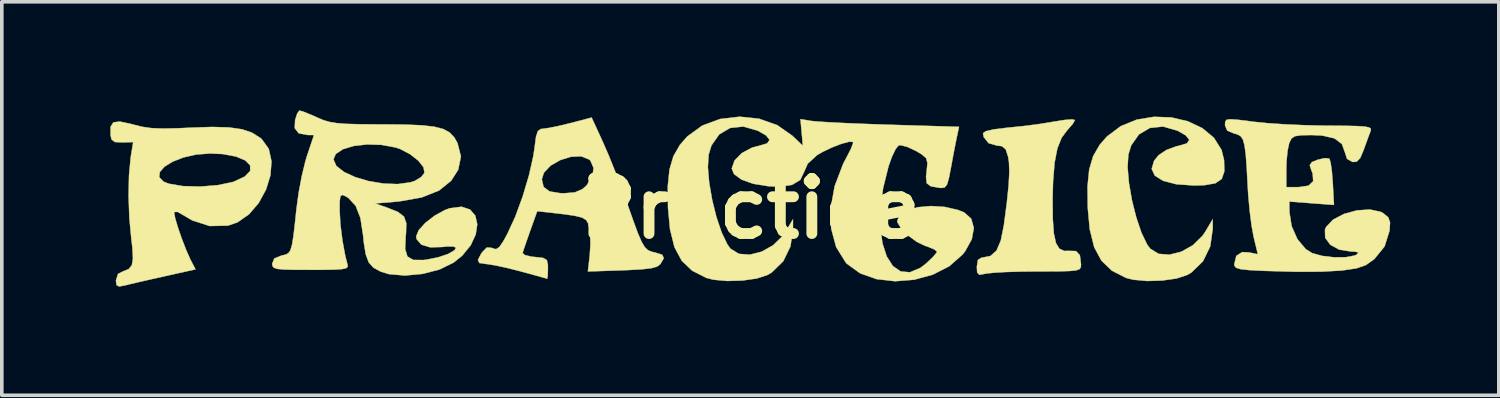
<source format=kicad_pcb>
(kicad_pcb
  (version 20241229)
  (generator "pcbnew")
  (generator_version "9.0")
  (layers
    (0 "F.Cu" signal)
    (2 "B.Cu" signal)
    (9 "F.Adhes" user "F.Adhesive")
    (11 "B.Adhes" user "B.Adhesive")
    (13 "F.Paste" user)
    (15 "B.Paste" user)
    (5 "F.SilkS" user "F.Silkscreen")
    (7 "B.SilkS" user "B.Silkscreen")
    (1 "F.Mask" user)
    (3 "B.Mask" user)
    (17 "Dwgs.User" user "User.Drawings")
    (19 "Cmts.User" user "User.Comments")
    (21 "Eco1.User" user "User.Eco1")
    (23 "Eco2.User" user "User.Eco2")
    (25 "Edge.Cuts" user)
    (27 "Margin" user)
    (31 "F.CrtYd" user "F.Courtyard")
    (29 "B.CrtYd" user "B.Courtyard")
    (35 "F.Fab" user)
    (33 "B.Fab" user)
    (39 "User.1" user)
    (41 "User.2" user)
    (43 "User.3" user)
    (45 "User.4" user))
  (footprint "Practice"
    (layer "F.Cu")
    (at 17.68 2.714)
    (property "Reference" "Practice" (at 0 0 0) (layer "F.SilkS") (effects (font (size 1.524 1.524) (thickness 0.3))))
    (attr through_hole)
    (fp_poly (pts (xy 8.974 -2.448) (xy 8.975 -2.446) (xy 8.92 -2.346) (xy 8.787 -2.191) (xy 8.769 -2.173) (xy 8.607 -1.956) (xy 8.49 -1.66) (xy 8.413 -1.263) (xy 8.371 -0.74) (xy 8.359 -0.261) (xy 8.364 0.288) (xy 8.393 0.687) (xy 8.452 0.955) (xy 8.547 1.11) (xy 8.683 1.171) (xy 8.804 1.168) (xy 9.007 1.175) (xy 9.113 1.29) (xy 9.144 1.54) (xy 9.144 1.552) (xy 9.138 1.624) (xy 9.102 1.674) (xy 9.011 1.707) (xy 8.838 1.725) (xy 8.558 1.734) (xy 8.145 1.736) (xy 7.938 1.736) (xy 7.483 1.741) (xy 7.071 1.753) (xy 6.741 1.772) (xy 6.531 1.794) (xy 6.498 1.801) (xy 6.335 1.831) (xy 6.274 1.765) (xy 6.265 1.61) (xy 6.295 1.419) (xy 6.397 1.355) (xy 6.416 1.355) (xy 6.643 1.309) (xy 6.809 1.16) (xy 6.927 0.885) (xy 7.012 0.463) (xy 7.014 0.447) (xy 7.095 -0.17) (xy 7.144 -0.648) (xy 7.163 -1.01) (xy 7.153 -1.283) (xy 7.128 -1.439) (xy 7.061 -1.642) (xy 6.952 -1.726) (xy 6.828 -1.739) (xy 6.589 -1.808) (xy 6.453 -1.981) (xy 6.436 -2.084) (xy 6.516 -2.139) (xy 6.739 -2.19) (xy 7.082 -2.232) (xy 7.133 -2.237) (xy 7.56 -2.281) (xy 8.013 -2.34) (xy 8.396 -2.403) (xy 8.403 -2.404) (xy 8.687 -2.449) (xy 8.891 -2.465) (xy 8.974 -2.448)) (stroke (width 0.01) (type solid)) (fill yes) (layer "F.SilkS"))
    (fp_poly (pts (xy 11.638 -2.519) (xy 12.093 -2.413) (xy 12.495 -2.224) (xy 12.817 -1.957) (xy 13.029 -1.618) (xy 13.097 -1.341) (xy 13.105 -1.027) (xy 13.033 -0.819) (xy 12.857 -0.699) (xy 12.555 -0.646) (xy 12.262 -0.638) (xy 11.776 -0.673) (xy 11.413 -0.767) (xy 11.183 -0.911) (xy 11.097 -1.098) (xy 11.163 -1.32) (xy 11.289 -1.476) (xy 11.505 -1.62) (xy 11.781 -1.722) (xy 11.835 -1.732) (xy 12.069 -1.801) (xy 12.136 -1.899) (xy 12.038 -2.023) (xy 11.813 -2.152) (xy 11.412 -2.267) (xy 11.046 -2.228) (xy 10.744 -2.049) (xy 10.53 -1.744) (xy 10.452 -1.488) (xy 10.431 -1.145) (xy 10.468 -0.711) (xy 10.551 -0.234) (xy 10.67 0.24) (xy 10.813 0.663) (xy 10.97 0.99) (xy 11.058 1.11) (xy 11.29 1.251) (xy 11.59 1.274) (xy 11.918 1.191) (xy 12.235 1.013) (xy 12.5 0.754) (xy 12.574 0.646) (xy 12.783 0.296) (xy 12.784 0.559) (xy 12.715 1.046) (xy 12.514 1.457) (xy 12.196 1.766) (xy 12.08 1.834) (xy 11.784 1.932) (xy 11.39 1.988) (xy 10.968 2.001) (xy 10.587 1.966) (xy 10.387 1.915) (xy 9.998 1.717) (xy 9.709 1.441) (xy 9.508 1.067) (xy 9.385 0.573) (xy 9.33 -0.025) (xy 9.324 -0.616) (xy 9.37 -1.079) (xy 9.479 -1.449) (xy 9.659 -1.761) (xy 9.863 -1.994) (xy 10.244 -2.279) (xy 10.685 -2.458) (xy 11.16 -2.536) (xy 11.638 -2.519)) (stroke (width 0.01) (type solid)) (fill yes) (layer "F.SilkS"))
    (fp_poly (pts (xy -17.117 -2.341) (xy -17.053 -2.323) (xy -16.801 -2.26) (xy -16.542 -2.223) (xy -16.231 -2.211) (xy -15.826 -2.219) (xy -15.474 -2.235) (xy -14.87 -2.256) (xy -14.404 -2.243) (xy -14.046 -2.192) (xy -13.769 -2.099) (xy -13.543 -1.958) (xy -13.497 -1.92) (xy -13.303 -1.651) (xy -13.227 -1.307) (xy -13.256 -0.921) (xy -13.378 -0.526) (xy -13.58 -0.156) (xy -13.848 0.158) (xy -14.17 0.382) (xy -14.434 0.471) (xy -14.935 0.482) (xy -15.417 0.327) (xy -15.612 0.212) (xy -15.821 0.092) (xy -15.913 0.094) (xy -15.917 0.116) (xy -15.887 0.275) (xy -15.809 0.536) (xy -15.701 0.845) (xy -15.583 1.15) (xy -15.473 1.397) (xy -15.462 1.419) (xy -15.327 1.68) (xy -16.151 1.863) (xy -16.538 1.95) (xy -16.892 2.031) (xy -17.161 2.094) (xy -17.251 2.117) (xy -17.437 2.153) (xy -17.512 2.113) (xy -17.526 1.984) (xy -17.468 1.805) (xy -17.32 1.73) (xy -17.172 1.671) (xy -17.086 1.564) (xy -17.056 1.378) (xy -17.072 1.078) (xy -17.102 0.825) (xy -17.156 0.252) (xy -17.177 -0.355) (xy -17.166 -0.868) (xy -16.33 -0.868) (xy -16.213 -0.746) (xy -16.066 -0.687) (xy -15.676 -0.621) (xy -15.202 -0.608) (xy -14.721 -0.646) (xy -14.309 -0.731) (xy -14.266 -0.745) (xy -13.964 -0.886) (xy -13.817 -1.039) (xy -13.816 -1.191) (xy -13.949 -1.329) (xy -14.206 -1.438) (xy -14.575 -1.507) (xy -14.92 -1.523) (xy -15.31 -1.493) (xy -15.664 -1.412) (xy -15.963 -1.295) (xy -16.186 -1.156) (xy -16.315 -1.009) (xy -16.33 -0.868) (xy -17.166 -0.868) (xy -17.164 -0.93) (xy -17.119 -1.41) (xy -17.113 -1.448) (xy -17.049 -1.837) (xy -17.351 -1.829) (xy -17.556 -1.839) (xy -17.648 -1.909) (xy -17.675 -2.032) (xy -17.674 -2.261) (xy -17.597 -2.382) (xy -17.42 -2.405) (xy -17.117 -2.341)) (stroke (width 0.01) (type solid)) (fill yes) (layer "F.SilkS"))
    (fp_poly (pts (xy -4.064 -1.829) (xy -3.904 -1.46) (xy -3.717 -0.995) (xy -3.528 -0.502) (xy -3.398 -0.143) (xy -3.228 0.339) (xy -3.1 0.685) (xy -2.999 0.919) (xy -2.912 1.066) (xy -2.825 1.148) (xy -2.725 1.192) (xy -2.628 1.214) (xy -2.43 1.276) (xy -2.386 1.371) (xy -2.48 1.534) (xy -2.481 1.535) (xy -2.565 1.6) (xy -2.722 1.646) (xy -2.979 1.677) (xy -3.367 1.699) (xy -3.535 1.706) (xy -4.484 1.738) (xy -4.433 1.3) (xy -4.413 0.978) (xy -4.423 0.67) (xy -4.437 0.564) (xy -4.473 0.415) (xy -4.535 0.313) (xy -4.655 0.245) (xy -4.865 0.195) (xy -5.195 0.15) (xy -5.419 0.124) (xy -5.884 0.072) (xy -6.076 0.607) (xy -6.176 0.892) (xy -6.253 1.116) (xy -6.288 1.228) (xy -6.225 1.285) (xy -6.044 1.328) (xy -5.948 1.338) (xy -5.722 1.363) (xy -5.618 1.422) (xy -5.589 1.557) (xy -5.588 1.656) (xy -5.593 1.847) (xy -5.607 1.937) (xy -5.609 1.938) (xy -5.695 1.913) (xy -5.905 1.855) (xy -6.203 1.773) (xy -6.35 1.733) (xy -6.706 1.643) (xy -7.026 1.573) (xy -7.256 1.535) (xy -7.303 1.531) (xy -7.482 1.504) (xy -7.523 1.42) (xy -7.435 1.25) (xy -7.403 1.204) (xy -7.275 1.075) (xy -7.14 1.086) (xy -7.117 1.098) (xy -7.022 1.122) (xy -6.931 1.064) (xy -6.817 0.896) (xy -6.708 0.696) (xy -6.491 0.224) (xy -6.286 -0.334) (xy -6.145 -0.807) (xy -5.757 -0.807) (xy -5.707 -0.597) (xy -5.542 -0.474) (xy -5.242 -0.425) (xy -5.144 -0.423) (xy -4.847 -0.447) (xy -4.642 -0.533) (xy -4.526 -0.631) (xy -4.364 -0.872) (xy -4.326 -1.121) (xy -4.415 -1.326) (xy -4.446 -1.355) (xy -4.668 -1.444) (xy -4.952 -1.432) (xy -5.25 -1.339) (xy -5.515 -1.186) (xy -5.7 -0.991) (xy -5.757 -0.807) (xy -6.145 -0.807) (xy -6.113 -0.914) (xy -5.992 -1.448) (xy -5.954 -1.706) (xy -5.917 -1.987) (xy -5.868 -2.138) (xy -5.79 -2.198) (xy -5.724 -2.206) (xy -5.554 -2.23) (xy -5.28 -2.286) (xy -4.963 -2.363) (xy -4.38 -2.515) (xy -4.064 -1.829)) (stroke (width 0.01) (type solid)) (fill yes) (layer "F.SilkS"))
    (fp_poly (pts (xy 13.464 -2.456) (xy 13.787 -2.416) (xy 13.906 -2.4) (xy 14.292 -2.361) (xy 14.787 -2.328) (xy 15.332 -2.304) (xy 15.868 -2.292) (xy 15.948 -2.292) (xy 16.433 -2.288) (xy 16.772 -2.28) (xy 16.99 -2.266) (xy 17.11 -2.241) (xy 17.155 -2.203) (xy 17.149 -2.149) (xy 17.145 -2.138) (xy 17.08 -1.968) (xy 16.99 -1.719) (xy 16.957 -1.625) (xy 16.86 -1.395) (xy 16.761 -1.295) (xy 16.649 -1.287) (xy 16.495 -1.374) (xy 16.441 -1.544) (xy 16.354 -1.784) (xy 16.149 -1.94) (xy 15.811 -2.018) (xy 15.515 -2.032) (xy 15.221 -2.026) (xy 15.05 -1.999) (xy 14.958 -1.933) (xy 14.899 -1.815) (xy 14.854 -1.61) (xy 14.824 -1.313) (xy 14.817 -1.095) (xy 14.817 -0.593) (xy 15.158 -0.593) (xy 15.432 -0.633) (xy 15.56 -0.756) (xy 15.546 -0.968) (xy 15.51 -1.057) (xy 15.465 -1.2) (xy 15.525 -1.284) (xy 15.684 -1.349) (xy 15.881 -1.395) (xy 16.004 -1.381) (xy 16.009 -1.377) (xy 16.043 -1.266) (xy 16.076 -1.034) (xy 16.1 -0.73) (xy 16.102 -0.706) (xy 16.134 -0.101) (xy 15.517 -0.147) (xy 14.901 -0.194) (xy 14.903 0.094) (xy 14.964 0.484) (xy 15.123 0.843) (xy 15.352 1.118) (xy 15.531 1.231) (xy 15.81 1.308) (xy 16.142 1.347) (xy 16.462 1.344) (xy 16.707 1.297) (xy 16.764 1.27) (xy 16.813 1.214) (xy 16.717 1.19) (xy 16.61 1.187) (xy 16.281 1.135) (xy 16.033 1) (xy 15.892 0.808) (xy 15.885 0.585) (xy 15.917 0.509) (xy 16.11 0.305) (xy 16.413 0.147) (xy 16.77 0.05) (xy 17.126 0.026) (xy 17.425 0.089) (xy 17.494 0.126) (xy 17.635 0.243) (xy 17.685 0.383) (xy 17.669 0.615) (xy 17.533 1.047) (xy 17.25 1.395) (xy 17.017 1.561) (xy 16.761 1.651) (xy 16.35 1.712) (xy 15.782 1.744) (xy 15.054 1.746) (xy 14.161 1.72) (xy 14.161 1.72) (xy 13.788 1.7) (xy 13.554 1.674) (xy 13.429 1.635) (xy 13.382 1.577) (xy 13.379 1.542) (xy 13.435 1.307) (xy 13.597 1.203) (xy 13.78 1.211) (xy 14.03 1.261) (xy 13.914 0.779) (xy 13.859 0.48) (xy 13.807 0.077) (xy 13.766 -0.365) (xy 13.752 -0.593) (xy 13.724 -1.113) (xy 13.697 -1.489) (xy 13.663 -1.745) (xy 13.618 -1.908) (xy 13.554 -2.002) (xy 13.465 -2.051) (xy 13.375 -2.075) (xy 13.184 -2.155) (xy 13.124 -2.3) (xy 13.123 -2.317) (xy 13.129 -2.403) (xy 13.166 -2.453) (xy 13.267 -2.469) (xy 13.464 -2.456)) (stroke (width 0.01) (type solid)) (fill yes) (layer "F.SilkS"))
    (fp_poly (pts (xy -12.341 -2.676) (xy -12.133 -2.592) (xy -11.97 -2.519) (xy -11.801 -2.447) (xy -11.631 -2.396) (xy -11.429 -2.362) (xy -11.162 -2.341) (xy -10.799 -2.331) (xy -10.306 -2.327) (xy -10.16 -2.327) (xy -9.544 -2.321) (xy -9.074 -2.302) (xy -8.726 -2.262) (xy -8.476 -2.197) (xy -8.3 -2.1) (xy -8.174 -1.965) (xy -8.086 -1.809) (xy -7.992 -1.437) (xy -8.068 -1.072) (xy -8.262 -0.769) (xy -8.596 -0.499) (xy -9.075 -0.308) (xy -9.693 -0.199) (xy -9.772 -0.191) (xy -10.365 -0.142) (xy -10.039 -0.029) (xy -9.736 0.091) (xy -9.567 0.22) (xy -9.502 0.402) (xy -9.51 0.687) (xy -9.519 0.767) (xy -9.534 1.114) (xy -9.471 1.324) (xy -9.31 1.419) (xy -9.031 1.422) (xy -8.942 1.411) (xy -8.618 1.346) (xy -8.347 1.255) (xy -8.172 1.154) (xy -8.128 1.082) (xy -8.202 1.047) (xy -8.391 1.048) (xy -8.499 1.061) (xy -8.841 1.071) (xy -9.089 0.995) (xy -9.217 0.844) (xy -9.229 0.768) (xy -9.158 0.595) (xy -8.973 0.392) (xy -8.718 0.195) (xy -8.435 0.04) (xy -8.303 -0.008) (xy -7.976 -0.051) (xy -7.74 0.026) (xy -7.594 0.196) (xy -7.541 0.434) (xy -7.583 0.715) (xy -7.721 1.013) (xy -7.957 1.302) (xy -8.197 1.494) (xy -8.585 1.684) (xy -9.053 1.805) (xy -9.539 1.85) (xy -9.984 1.811) (xy -10.217 1.739) (xy -10.411 1.632) (xy -10.54 1.487) (xy -10.623 1.266) (xy -10.677 0.931) (xy -10.697 0.729) (xy -10.77 0.259) (xy -10.9 -0.073) (xy -11.096 -0.289) (xy -11.176 -0.339) (xy -11.273 -0.378) (xy -11.324 -0.341) (xy -11.343 -0.195) (xy -11.345 0.028) (xy -11.324 0.427) (xy -11.267 0.883) (xy -11.188 1.311) (xy -11.127 1.545) (xy -11.12 1.607) (xy -11.164 1.648) (xy -11.284 1.674) (xy -11.506 1.688) (xy -11.855 1.693) (xy -12.144 1.693) (xy -12.584 1.692) (xy -12.883 1.684) (xy -13.067 1.667) (xy -13.164 1.634) (xy -13.202 1.583) (xy -13.208 1.522) (xy -13.15 1.379) (xy -12.955 1.3) (xy -12.953 1.299) (xy -12.842 1.274) (xy -12.761 1.233) (xy -12.703 1.149) (xy -12.659 0.996) (xy -12.619 0.747) (xy -12.576 0.376) (xy -12.538 0.016) (xy -12.477 -0.435) (xy -12.39 -0.9) (xy -12.292 -1.304) (xy -12.275 -1.361) (xy -11.515 -1.361) (xy -11.436 -1.179) (xy -11.223 -1.012) (xy -10.912 -0.868) (xy -10.538 -0.759) (xy -10.135 -0.692) (xy -9.74 -0.677) (xy -9.388 -0.725) (xy -9.274 -0.761) (xy -9.091 -0.871) (xy -9.001 -0.986) (xy -9.024 -1.139) (xy -9.168 -1.322) (xy -9.395 -1.501) (xy -9.667 -1.644) (xy -9.796 -1.688) (xy -10.19 -1.761) (xy -10.587 -1.773) (xy -10.953 -1.731) (xy -11.252 -1.641) (xy -11.451 -1.509) (xy -11.515 -1.361) (xy -12.275 -1.361) (xy -12.25 -1.445) (xy -12.053 -2.032) (xy -12.228 -2.033) (xy -12.475 -2.08) (xy -12.585 -2.222) (xy -12.575 -2.445) (xy -12.517 -2.627) (xy -12.454 -2.709) (xy -12.45 -2.709) (xy -12.341 -2.676)) (stroke (width 0.01) (type solid)) (fill yes) (layer "F.SilkS"))
    (fp_poly (pts (xy 0.247 -2.483) (xy 0.747 -2.307) (xy 1.164 -2.015) (xy 1.457 -1.736) (xy 1.424 -2.104) (xy 1.391 -2.472) (xy 1.69 -2.422) (xy 1.862 -2.405) (xy 2.173 -2.386) (xy 2.595 -2.364) (xy 3.098 -2.343) (xy 3.654 -2.323) (xy 3.881 -2.316) (xy 5.773 -2.259) (xy 5.716 -1.997) (xy 5.672 -1.779) (xy 5.611 -1.464) (xy 5.552 -1.143) (xy 5.492 -0.835) (xy 5.439 -0.659) (xy 5.373 -0.582) (xy 5.276 -0.569) (xy 5.242 -0.573) (xy 4.994 -0.615) (xy 4.879 -0.701) (xy 4.861 -0.878) (xy 4.878 -1.035) (xy 4.9 -1.259) (xy 4.864 -1.394) (xy 4.736 -1.503) (xy 4.577 -1.596) (xy 4.345 -1.704) (xy 4.16 -1.752) (xy 4.107 -1.748) (xy 4.023 -1.648) (xy 3.919 -1.433) (xy 3.825 -1.169) (xy 3.675 -0.566) (xy 3.601 0.001) (xy 3.597 0.514) (xy 3.657 0.96) (xy 3.775 1.323) (xy 3.945 1.588) (xy 4.161 1.738) (xy 4.417 1.76) (xy 4.708 1.637) (xy 4.86 1.52) (xy 5.039 1.351) (xy 5.148 1.224) (xy 5.165 1.19) (xy 5.092 1.129) (xy 4.909 1.053) (xy 4.832 1.028) (xy 4.604 0.919) (xy 4.37 0.747) (xy 4.176 0.553) (xy 4.071 0.381) (xy 4.064 0.338) (xy 4.141 0.17) (xy 4.347 0.043) (xy 4.646 -0.039) (xy 5.002 -0.07) (xy 5.379 -0.046) (xy 5.741 0.037) (xy 5.914 0.106) (xy 6.111 0.281) (xy 6.182 0.538) (xy 6.126 0.846) (xy 5.944 1.177) (xy 5.873 1.268) (xy 5.504 1.593) (xy 5.046 1.827) (xy 4.535 1.966) (xy 4.007 2.008) (xy 3.497 1.95) (xy 3.042 1.79) (xy 2.677 1.527) (xy 2.638 1.484) (xy 2.377 1.063) (xy 2.24 0.554) (xy 2.227 -0.016) (xy 2.336 -0.621) (xy 2.569 -1.233) (xy 2.673 -1.431) (xy 2.785 -1.65) (xy 2.843 -1.803) (xy 2.843 -1.842) (xy 2.735 -1.847) (xy 2.526 -1.791) (xy 2.265 -1.691) (xy 2.003 -1.566) (xy 1.853 -1.48) (xy 1.591 -1.24) (xy 1.495 -1.021) (xy 1.385 -0.792) (xy 1.158 -0.655) (xy 0.801 -0.605) (xy 0.501 -0.618) (xy 0.084 -0.686) (xy -0.24 -0.802) (xy -0.446 -0.954) (xy -0.508 -1.107) (xy -0.431 -1.329) (xy -0.229 -1.534) (xy 0.055 -1.685) (xy 0.235 -1.732) (xy 0.469 -1.801) (xy 0.537 -1.899) (xy 0.439 -2.023) (xy 0.213 -2.152) (xy -0.188 -2.267) (xy -0.553 -2.228) (xy -0.856 -2.049) (xy -1.069 -1.744) (xy -1.147 -1.488) (xy -1.168 -1.145) (xy -1.131 -0.711) (xy -1.048 -0.234) (xy -0.93 0.24) (xy -0.786 0.663) (xy -0.629 0.99) (xy -0.542 1.11) (xy -0.31 1.251) (xy -0.009 1.274) (xy 0.319 1.191) (xy 0.636 1.013) (xy 0.901 0.754) (xy 0.974 0.646) (xy 1.184 0.296) (xy 1.185 0.559) (xy 1.115 1.046) (xy 0.914 1.457) (xy 0.597 1.766) (xy 0.481 1.834) (xy 0.184 1.932) (xy -0.209 1.988) (xy -0.631 2.001) (xy -1.013 1.966) (xy -1.212 1.915) (xy -1.601 1.717) (xy -1.891 1.441) (xy -2.091 1.067) (xy -2.214 0.573) (xy -2.27 -0.025) (xy -2.276 -0.616) (xy -2.229 -1.079) (xy -2.12 -1.449) (xy -1.94 -1.761) (xy -1.736 -1.994) (xy -1.322 -2.294) (xy -0.828 -2.476) (xy -0.291 -2.539) (xy 0.247 -2.483)) (stroke (width 0.01) (type solid)) (fill yes) (layer "F.SilkS")))
  (gr_rect
    (start -3 -3)
    (end 38.37 7.873)
    (stroke (width 0.1) (type default))
    (fill no)
    (layer "Edge.Cuts")))
</source>
